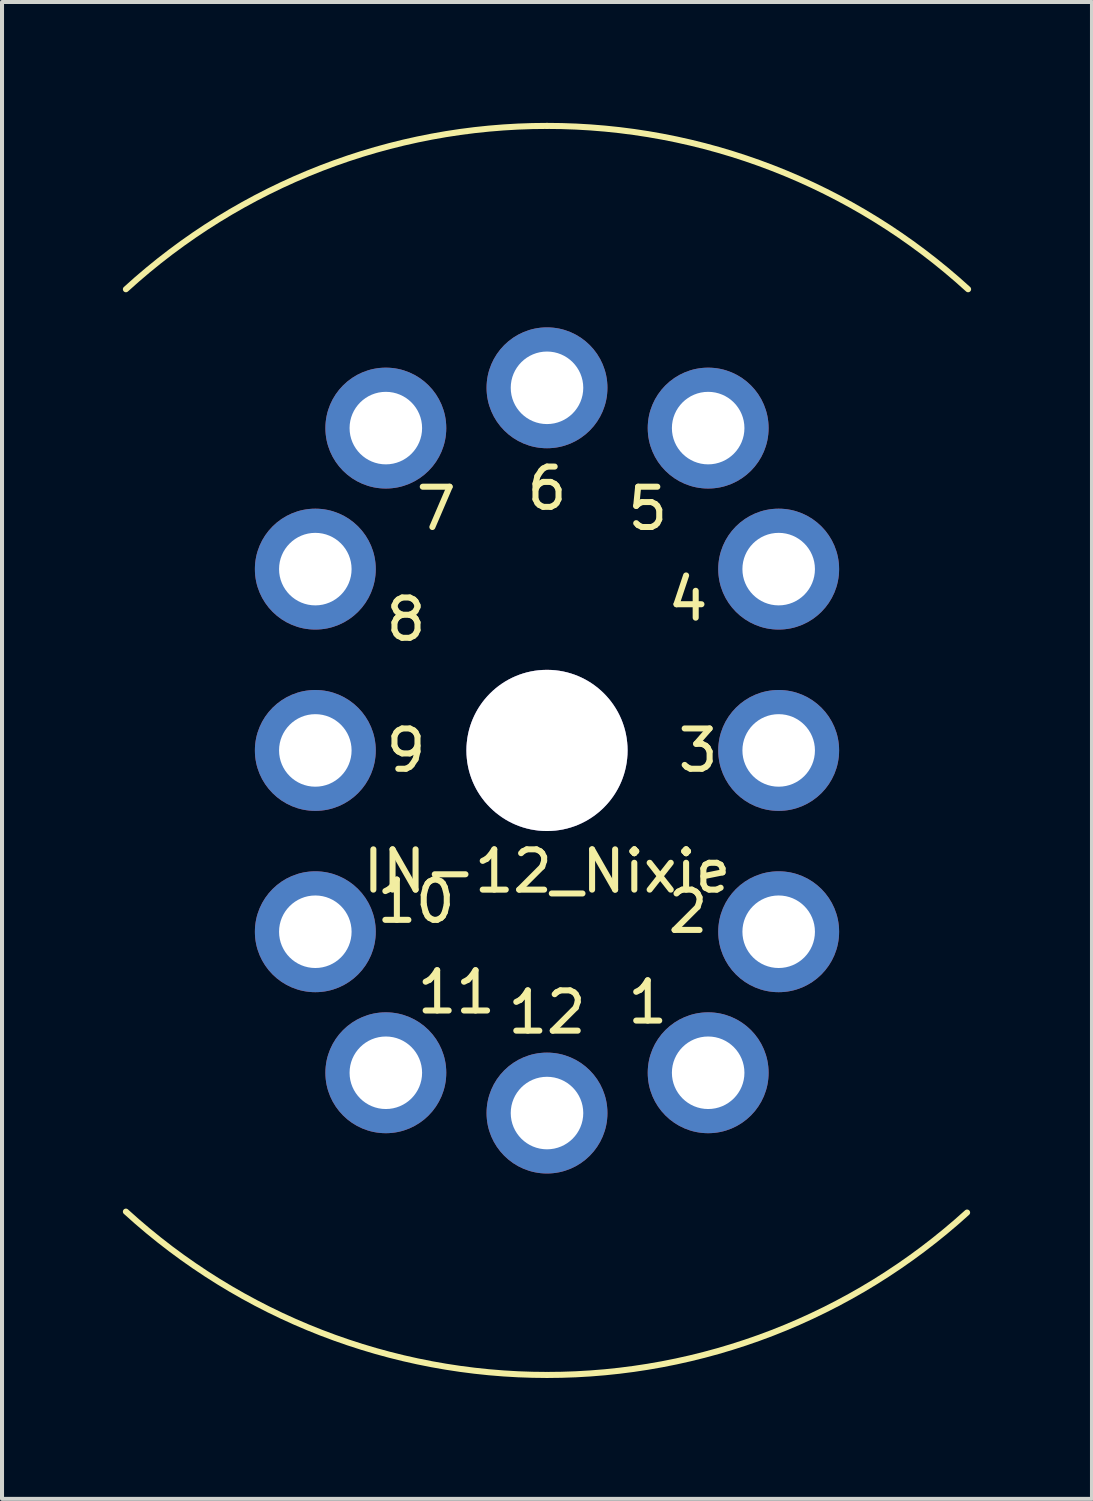
<source format=kicad_pcb>
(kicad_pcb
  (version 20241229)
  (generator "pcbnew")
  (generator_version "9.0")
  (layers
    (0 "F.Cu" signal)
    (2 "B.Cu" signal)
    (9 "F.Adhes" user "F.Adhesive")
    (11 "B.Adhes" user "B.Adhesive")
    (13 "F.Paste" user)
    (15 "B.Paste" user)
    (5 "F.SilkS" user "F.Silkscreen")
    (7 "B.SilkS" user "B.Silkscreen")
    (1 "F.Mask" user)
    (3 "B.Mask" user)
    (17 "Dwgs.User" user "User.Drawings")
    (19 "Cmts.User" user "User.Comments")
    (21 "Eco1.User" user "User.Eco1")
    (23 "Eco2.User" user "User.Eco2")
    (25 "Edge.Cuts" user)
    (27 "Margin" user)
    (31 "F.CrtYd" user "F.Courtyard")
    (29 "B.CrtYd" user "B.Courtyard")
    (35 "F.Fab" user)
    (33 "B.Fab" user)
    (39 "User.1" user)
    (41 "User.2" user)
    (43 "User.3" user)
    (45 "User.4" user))
  (footprint "IN-12_Nixie"
    (layer "F.Cu")
    (at 10.526 15.575)
    (property "Reference" "IN-12_Nixie" (at 0 3 0) (layer "F.SilkS") (effects (font (size 1 1) (thickness 0.15))))
    (attr through_hole)
    (fp_arc (start -10.451175 -11.446525) (mid -5.604858 -14.451144) (end 0 -15.5) (stroke (width 0.15) (type solid)) (layer "F.SilkS"))
    (fp_arc (start 0 -15.5) (mid 5.604858 -14.451144) (end 10.451175 -11.446525) (stroke (width 0.15) (type solid)) (layer "F.SilkS"))
    (fp_arc (start 0 15.5) (mid -5.604858 14.451144) (end -10.451175 11.446525) (stroke (width 0.15) (type solid)) (layer "F.SilkS"))
    (fp_arc (start 10.426428 11.469071) (mid 5.589248 14.457188) (end 0 15.5) (stroke (width 0.15) (type solid)) (layer "F.SilkS"))
    (fp_text user "12" (at 0 6.5 0) (layer "F.SilkS") (effects (font (size 1 1) (thickness 0.15))))
    (fp_text user "5" (at 2.5 -6 0) (layer "F.SilkS") (effects (font (size 1 1) (thickness 0.15))))
    (fp_text user "3" (at 3.75 0 0) (layer "F.SilkS") (effects (font (size 1 1) (thickness 0.15))))
    (fp_text user "6" (at 0 -6.5 0) (layer "F.SilkS") (effects (font (size 1 1) (thickness 0.15))))
    (fp_text user "11" (at -2.25 6 0) (layer "F.SilkS") (effects (font (size 1 1) (thickness 0.15))))
    (fp_text user "1" (at 2.5 6.25 0) (layer "F.SilkS") (effects (font (size 1 1) (thickness 0.15))))
    (fp_text user "7" (at -2.75 -6 0) (layer "F.SilkS") (effects (font (size 1 1) (thickness 0.15))))
    (fp_text user "9" (at -3.5 0 0) (layer "F.SilkS") (effects (font (size 1 1) (thickness 0.15))))
    (fp_text user "4" (at 3.5 -3.75 0) (layer "F.SilkS") (effects (font (size 1 1) (thickness 0.15))))
    (fp_text user "10" (at -3.25 3.75 0) (layer "F.SilkS") (effects (font (size 1 1) (thickness 0.15))))
    (fp_text user "8" (at -3.5 -3.25 0) (layer "F.SilkS") (effects (font (size 1 1) (thickness 0.15))))
    (fp_text user "2" (at 3.5 4 0) (layer "F.SilkS") (effects (font (size 1 1) (thickness 0.15))))
    (pad "" thru_hole circle (at 0 0) (size 4 4) (drill 4) (layers "*.Cu" "*.Mask"))
    (pad "1" thru_hole circle (at 4 8) (size 3 3) (drill 1.8) (layers "*.Cu" "*.Mask"))
    (pad "2" thru_hole circle (at 5.75 4.5) (size 3 3) (drill 1.8) (layers "*.Cu" "*.Mask"))
    (pad "3" thru_hole circle (at 5.75 0) (size 3 3) (drill 1.8) (layers "*.Cu" "*.Mask"))
    (pad "4" thru_hole circle (at 5.75 -4.5) (size 3 3) (drill 1.8) (layers "*.Cu" "*.Mask"))
    (pad "5" thru_hole circle (at 4 -8) (size 3 3) (drill 1.8) (layers "*.Cu" "*.Mask"))
    (pad "6" thru_hole circle (at 0 -9) (size 3 3) (drill 1.8) (layers "*.Cu" "*.Mask"))
    (pad "7" thru_hole circle (at -4 -8) (size 3 3) (drill 1.8) (layers "*.Cu" "*.Mask"))
    (pad "8" thru_hole circle (at -5.75 -4.5) (size 3 3) (drill 1.8) (layers "*.Cu" "*.Mask"))
    (pad "9" thru_hole circle (at -5.75 0) (size 3 3) (drill 1.8) (layers "*.Cu" "*.Mask"))
    (pad "10" thru_hole circle (at -5.75 4.5) (size 3 3) (drill 1.8) (layers "*.Cu" "*.Mask"))
    (pad "11" thru_hole circle (at -4 8) (size 3 3) (drill 1.8) (layers "*.Cu" "*.Mask"))
    (pad "12" thru_hole circle (at 0 9) (size 3 3) (drill 1.8) (layers "*.Cu" "*.Mask")))
  (gr_rect
    (start -3 -3)
    (end 24.052 34.15)
    (stroke (width 0.1) (type default))
    (fill no)
    (layer "Edge.Cuts")))
</source>
